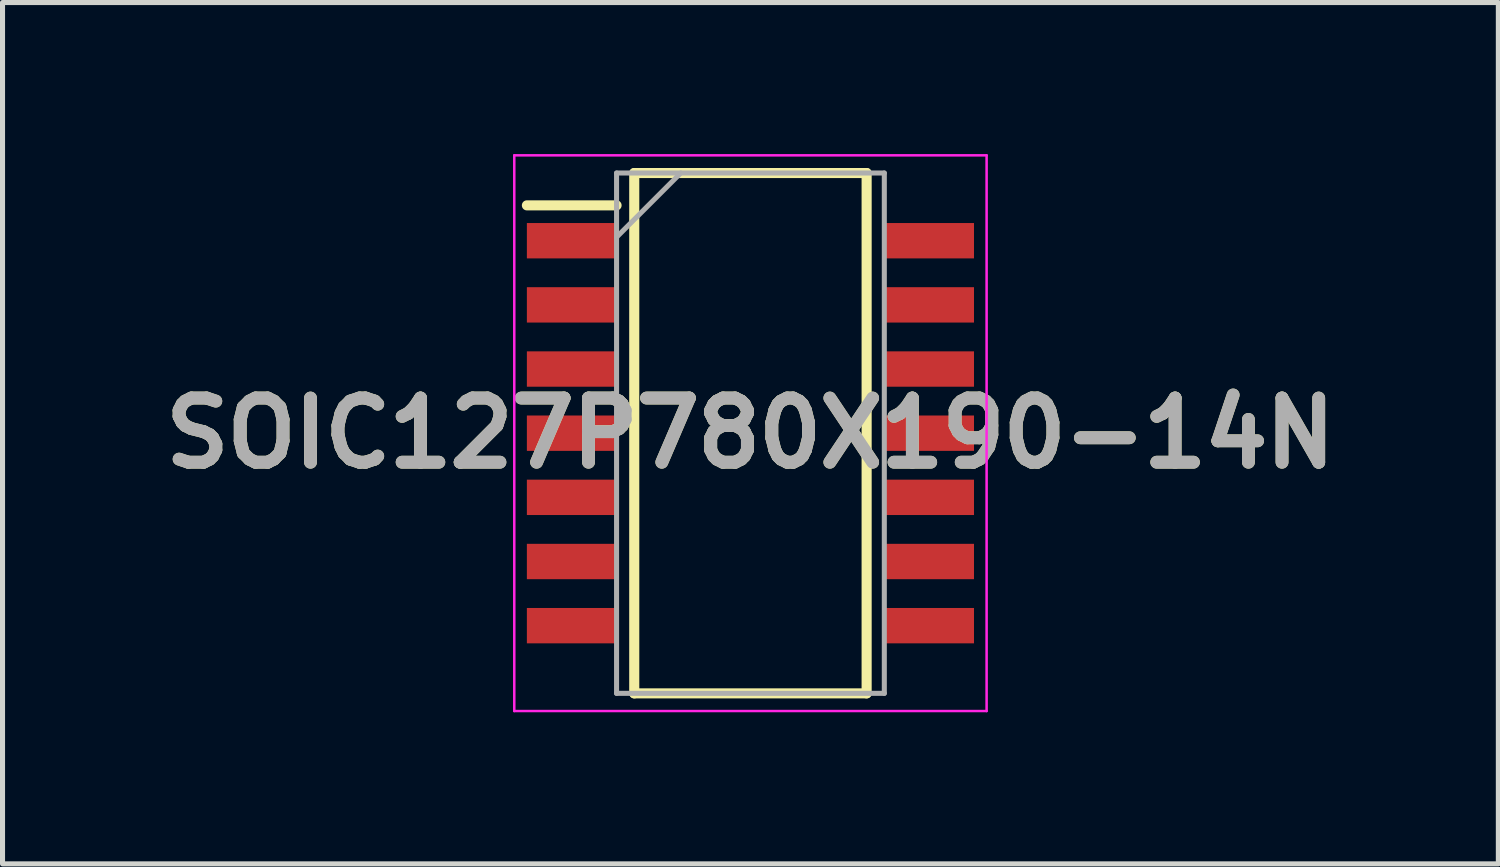
<source format=kicad_pcb>
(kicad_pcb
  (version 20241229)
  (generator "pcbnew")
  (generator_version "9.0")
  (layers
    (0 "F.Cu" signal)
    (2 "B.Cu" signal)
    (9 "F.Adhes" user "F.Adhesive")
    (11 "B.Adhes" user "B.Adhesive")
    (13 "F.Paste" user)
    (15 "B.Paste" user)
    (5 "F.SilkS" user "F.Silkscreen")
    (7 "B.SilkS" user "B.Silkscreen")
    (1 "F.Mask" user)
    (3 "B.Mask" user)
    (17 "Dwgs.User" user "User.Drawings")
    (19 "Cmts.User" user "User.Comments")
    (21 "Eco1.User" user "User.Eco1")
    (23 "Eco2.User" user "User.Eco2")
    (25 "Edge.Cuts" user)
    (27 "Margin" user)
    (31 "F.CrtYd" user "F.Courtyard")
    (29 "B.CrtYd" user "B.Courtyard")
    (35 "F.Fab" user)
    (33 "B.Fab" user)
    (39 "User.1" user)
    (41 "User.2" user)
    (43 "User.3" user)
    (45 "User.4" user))
  (footprint "SOIC127P780X190-14N"
    (layer "F.Cu")
    (at 11.805 5.525)
    (property "Reference" "SOIC127P780X190-14N" (at 0 0 0) (layer "F.SilkS") (effects (font (size 1.27 1.27) (thickness 0.254))))
    (attr smd)
    (fp_line (start -4.425 -4.51) (end -2.65 -4.51) (stroke (width 0.2) (type solid)) (layer "F.SilkS"))
    (fp_line (start -2.3 -5.15) (end 2.3 -5.15) (stroke (width 0.2) (type solid)) (layer "F.SilkS"))
    (fp_line (start -2.3 5.15) (end -2.3 -5.15) (stroke (width 0.2) (type solid)) (layer "F.SilkS"))
    (fp_line (start 2.3 -5.15) (end 2.3 5.15) (stroke (width 0.2) (type solid)) (layer "F.SilkS"))
    (fp_line (start 2.3 5.15) (end -2.3 5.15) (stroke (width 0.2) (type solid)) (layer "F.SilkS"))
    (fp_line (start -4.675 -5.5) (end 4.675 -5.5) (stroke (width 0.05) (type solid)) (layer "F.CrtYd"))
    (fp_line (start -4.675 5.5) (end -4.675 -5.5) (stroke (width 0.05) (type solid)) (layer "F.CrtYd"))
    (fp_line (start 4.675 -5.5) (end 4.675 5.5) (stroke (width 0.05) (type solid)) (layer "F.CrtYd"))
    (fp_line (start 4.675 5.5) (end -4.675 5.5) (stroke (width 0.05) (type solid)) (layer "F.CrtYd"))
    (fp_line (start -2.65 -5.15) (end 2.65 -5.15) (stroke (width 0.1) (type solid)) (layer "F.Fab"))
    (fp_line (start -2.65 -3.88) (end -1.38 -5.15) (stroke (width 0.1) (type solid)) (layer "F.Fab"))
    (fp_line (start -2.65 5.15) (end -2.65 -5.15) (stroke (width 0.1) (type solid)) (layer "F.Fab"))
    (fp_line (start 2.65 -5.15) (end 2.65 5.15) (stroke (width 0.1) (type solid)) (layer "F.Fab"))
    (fp_line (start 2.65 5.15) (end -2.65 5.15) (stroke (width 0.1) (type solid)) (layer "F.Fab"))
    (fp_text user "${REFERENCE}" (at 0 0 0) (layer "F.Fab") (effects (font (size 1.27 1.27) (thickness 0.254))))
    (pad "1" smd rect (at -3.538 -3.81 90) (size 0.7 1.775) (layers "F.Cu" "F.Mask" "F.Paste"))
    (pad "2" smd rect (at -3.538 -2.54 90) (size 0.7 1.775) (layers "F.Cu" "F.Mask" "F.Paste"))
    (pad "3" smd rect (at -3.538 -1.27 90) (size 0.7 1.775) (layers "F.Cu" "F.Mask" "F.Paste"))
    (pad "4" smd rect (at -3.538 0 90) (size 0.7 1.775) (layers "F.Cu" "F.Mask" "F.Paste"))
    (pad "5" smd rect (at -3.538 1.27 90) (size 0.7 1.775) (layers "F.Cu" "F.Mask" "F.Paste"))
    (pad "6" smd rect (at -3.538 2.54 90) (size 0.7 1.775) (layers "F.Cu" "F.Mask" "F.Paste"))
    (pad "7" smd rect (at -3.538 3.81 90) (size 0.7 1.775) (layers "F.Cu" "F.Mask" "F.Paste"))
    (pad "8" smd rect (at 3.538 3.81 90) (size 0.7 1.775) (layers "F.Cu" "F.Mask" "F.Paste"))
    (pad "9" smd rect (at 3.538 2.54 90) (size 0.7 1.775) (layers "F.Cu" "F.Mask" "F.Paste"))
    (pad "10" smd rect (at 3.538 1.27 90) (size 0.7 1.775) (layers "F.Cu" "F.Mask" "F.Paste"))
    (pad "11" smd rect (at 3.538 0 90) (size 0.7 1.775) (layers "F.Cu" "F.Mask" "F.Paste"))
    (pad "12" smd rect (at 3.538 -1.27 90) (size 0.7 1.775) (layers "F.Cu" "F.Mask" "F.Paste"))
    (pad "13" smd rect (at 3.538 -2.54 90) (size 0.7 1.775) (layers "F.Cu" "F.Mask" "F.Paste"))
    (pad "14" smd rect (at 3.538 -3.81 90) (size 0.7 1.775) (layers "F.Cu" "F.Mask" "F.Paste")))
  (gr_rect
    (start -3 -3)
    (end 26.61 14.05)
    (stroke (width 0.1) (type default))
    (fill no)
    (layer "Edge.Cuts")))
</source>
